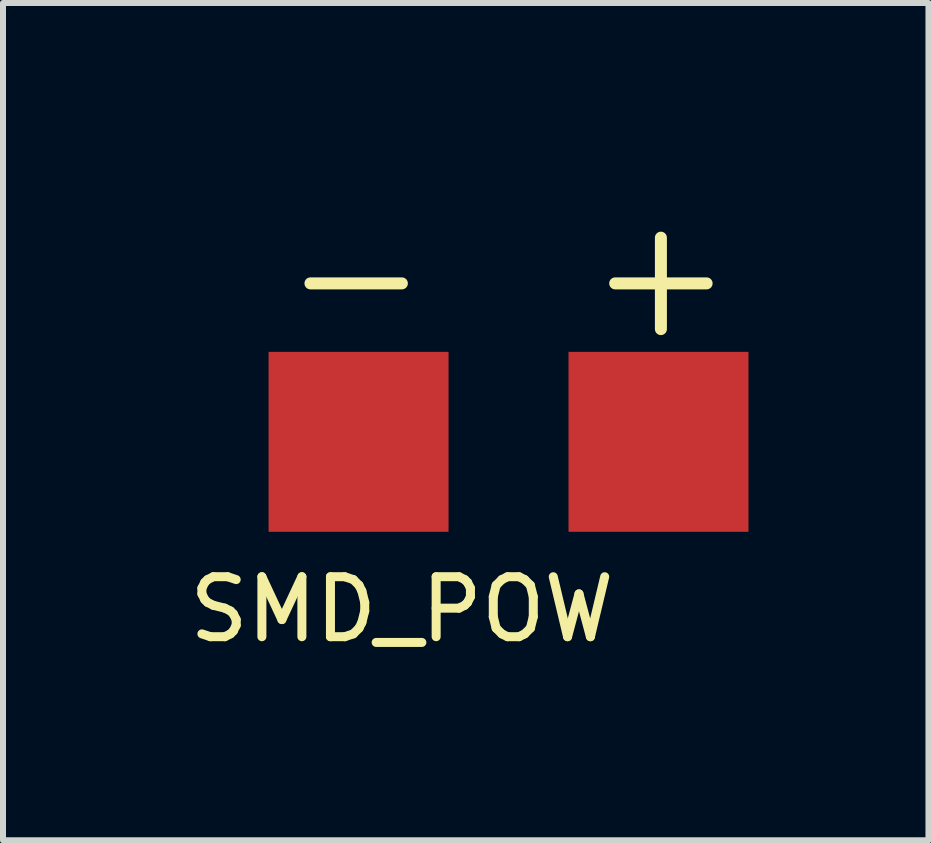
<source format=kicad_pcb>
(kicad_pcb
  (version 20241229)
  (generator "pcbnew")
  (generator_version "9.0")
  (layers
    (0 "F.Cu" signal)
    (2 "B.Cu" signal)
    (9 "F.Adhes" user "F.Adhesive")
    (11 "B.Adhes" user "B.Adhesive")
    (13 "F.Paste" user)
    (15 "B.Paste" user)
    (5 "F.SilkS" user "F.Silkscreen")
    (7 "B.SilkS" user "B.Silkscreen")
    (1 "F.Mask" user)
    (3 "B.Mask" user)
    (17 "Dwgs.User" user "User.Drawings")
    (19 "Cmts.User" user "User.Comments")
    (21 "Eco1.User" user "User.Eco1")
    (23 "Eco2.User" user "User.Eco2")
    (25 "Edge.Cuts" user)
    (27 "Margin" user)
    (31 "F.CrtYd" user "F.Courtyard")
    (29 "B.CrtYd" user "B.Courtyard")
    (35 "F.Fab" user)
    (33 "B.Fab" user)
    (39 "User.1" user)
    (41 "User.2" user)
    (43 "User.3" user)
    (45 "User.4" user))
  (footprint "SMD_POW"
    (layer "F.Cu")
    (at 5.427 4.315)
    (property "Reference" "SMD_POW" (at -1.778 2.794 0) (layer "F.SilkS") (effects (font (size 1 1) (thickness 0.15))))
    (attr through_hole)
    (fp_text user "-" (at -2.54 -2.794 0) (layer "F.SilkS") (effects (font (size 2 2) (thickness 0.2))))
    (fp_text user "+" (at 2.54 -2.794 0) (layer "F.SilkS") (effects (font (size 2 2) (thickness 0.2))))
    (pad "1" smd rect (at -2.5 0) (size 3 3) (layers "F.Cu" "F.Mask" "F.Paste"))
    (pad "2" smd rect (at 2.5 0) (size 3 3) (layers "F.Cu" "F.Mask" "F.Paste")))
  (gr_rect
    (start -3 -3)
    (end 12.427 10.957)
    (stroke (width 0.1) (type default))
    (fill no)
    (layer "Edge.Cuts")))
</source>
